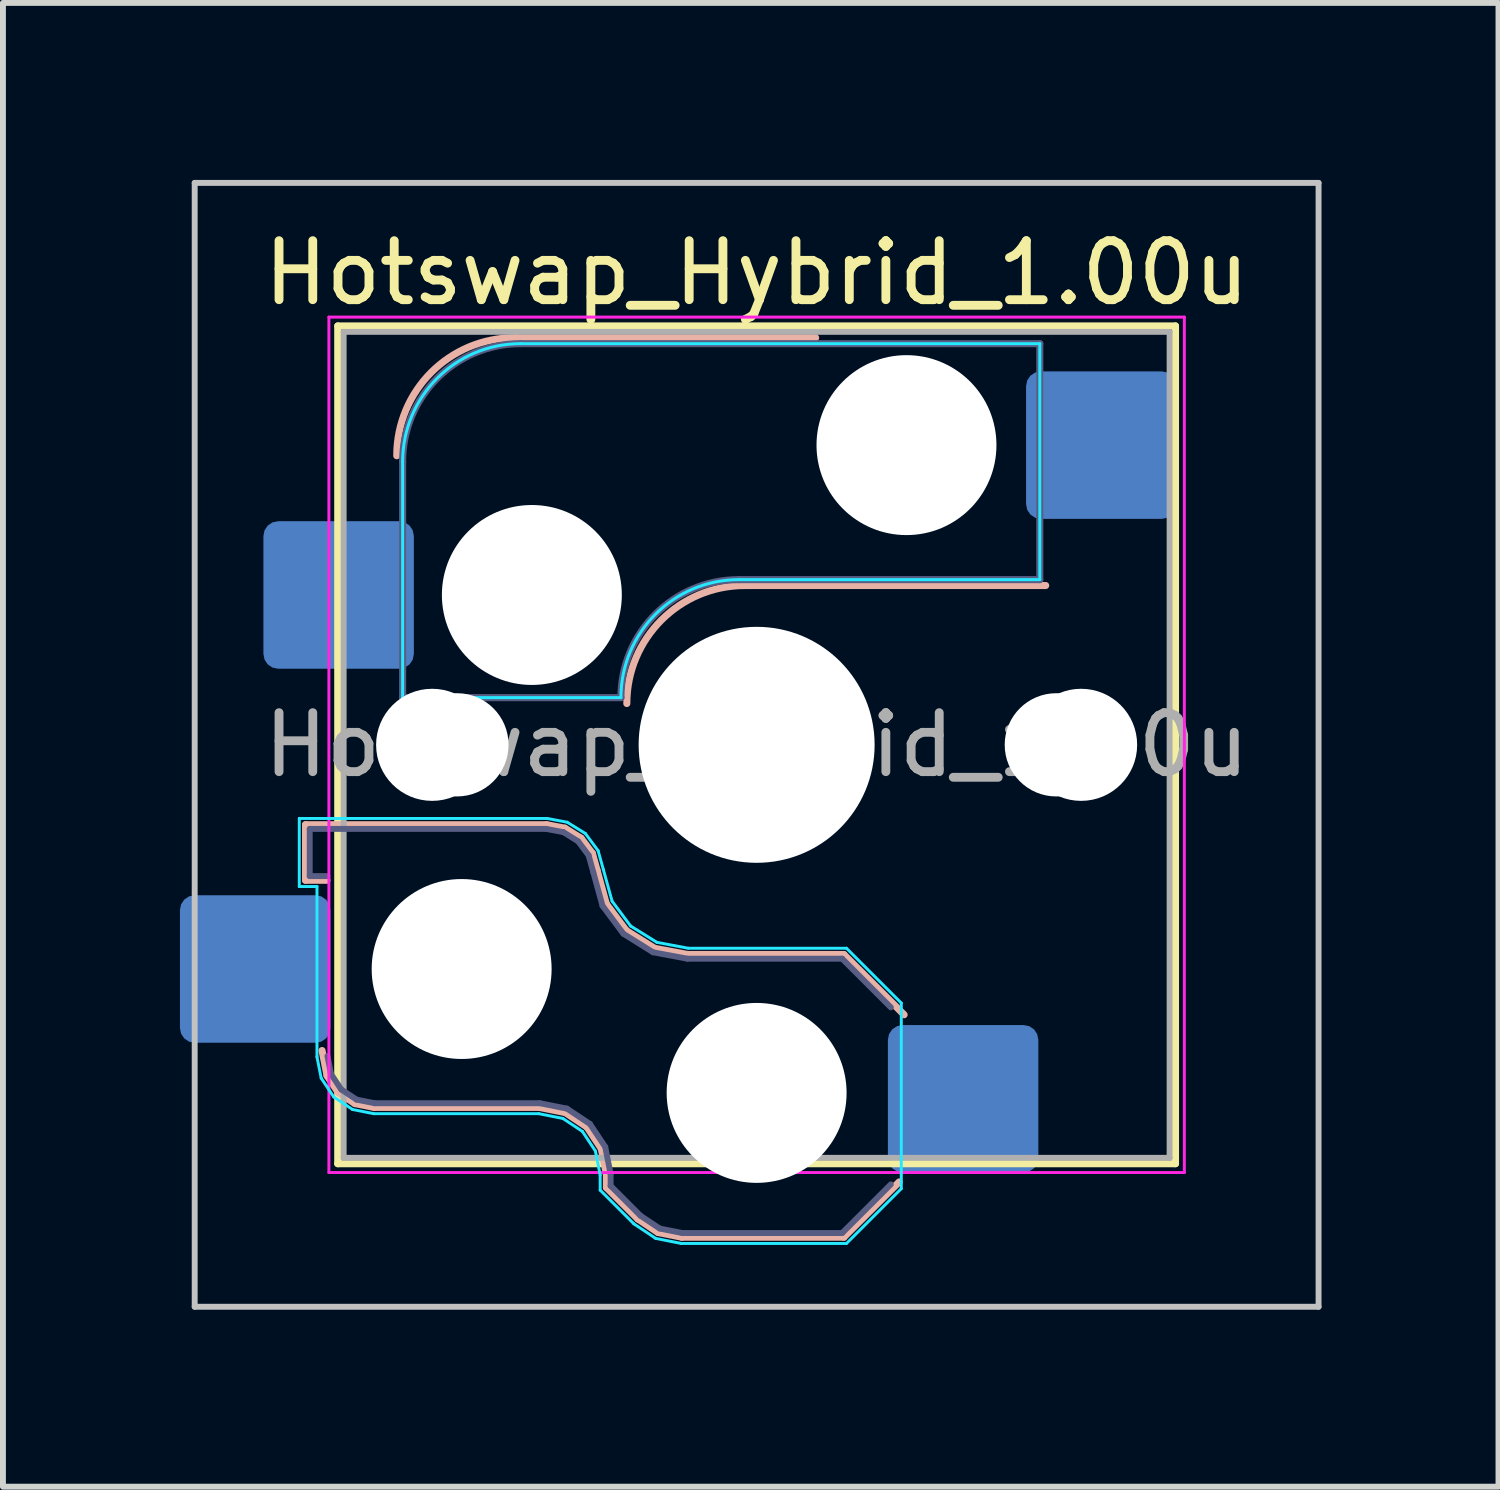
<source format=kicad_pcb>
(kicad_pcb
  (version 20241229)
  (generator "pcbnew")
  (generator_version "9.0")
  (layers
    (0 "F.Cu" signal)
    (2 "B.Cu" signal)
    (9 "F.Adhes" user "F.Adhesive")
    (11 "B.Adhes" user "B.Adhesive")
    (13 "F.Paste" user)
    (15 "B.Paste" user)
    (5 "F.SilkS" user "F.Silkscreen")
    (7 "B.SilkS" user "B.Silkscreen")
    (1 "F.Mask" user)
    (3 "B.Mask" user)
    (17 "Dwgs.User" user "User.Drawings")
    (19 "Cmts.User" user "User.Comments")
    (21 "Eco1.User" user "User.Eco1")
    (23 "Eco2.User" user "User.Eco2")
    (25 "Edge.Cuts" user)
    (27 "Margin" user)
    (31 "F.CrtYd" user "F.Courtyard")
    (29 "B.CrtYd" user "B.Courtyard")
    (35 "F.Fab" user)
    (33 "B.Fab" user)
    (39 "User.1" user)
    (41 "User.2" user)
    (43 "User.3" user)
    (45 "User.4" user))
  (footprint "Hotswap_Hybrid_1.00u"
    (layer "F.Cu")
    (at 9.775 9.575)
    (property "Reference" "Hotswap_Hybrid_1.00u" (at 0 -8 0) (layer "F.SilkS") (effects (font (size 1 1) (thickness 0.15))))
    (attr smd)
    (fp_line (start -7.1 -7.1) (end -7.1 7.1) (stroke (width 0.12) (type solid)) (layer "F.SilkS"))
    (fp_line (start -7.1 7.1) (end 7.1 7.1) (stroke (width 0.12) (type solid)) (layer "F.SilkS"))
    (fp_line (start 7.1 -7.1) (end -7.1 -7.1) (stroke (width 0.12) (type solid)) (layer "F.SilkS"))
    (fp_line (start 7.1 7.1) (end 7.1 -7.1) (stroke (width 0.12) (type solid)) (layer "F.SilkS"))
    (fp_line (start -7.646 1.354) (end -3.56 1.354) (stroke (width 0.12) (type solid)) (layer "B.SilkS"))
    (fp_line (start -7.646 2.296) (end -7.646 1.354) (stroke (width 0.12) (type solid)) (layer "B.SilkS"))
    (fp_line (start -7.283 2.296) (end -7.646 2.296) (stroke (width 0.12) (type solid)) (layer "B.SilkS"))
    (fp_line (start -7.281 5.609) (end -7.366 5.182) (stroke (width 0.12) (type solid)) (layer "B.SilkS"))
    (fp_line (start -7.092 5.892) (end -7.281 5.609) (stroke (width 0.12) (type solid)) (layer "B.SilkS"))
    (fp_line (start -6.809 6.081) (end -7.092 5.892) (stroke (width 0.12) (type solid)) (layer "B.SilkS"))
    (fp_line (start -6.482 6.146) (end -6.809 6.081) (stroke (width 0.12) (type solid)) (layer "B.SilkS"))
    (fp_line (start -4.1 -6.9) (end 1 -6.9) (stroke (width 0.12) (type solid)) (layer "B.SilkS"))
    (fp_line (start -3.682 6.146) (end -6.482 6.146) (stroke (width 0.12) (type solid)) (layer "B.SilkS"))
    (fp_line (start -3.56 1.354) (end -3.25 1.413) (stroke (width 0.12) (type solid)) (layer "B.SilkS"))
    (fp_line (start -3.25 1.413) (end -2.976 1.583) (stroke (width 0.12) (type solid)) (layer "B.SilkS"))
    (fp_line (start -3.244 6.233) (end -3.682 6.146) (stroke (width 0.12) (type solid)) (layer "B.SilkS"))
    (fp_line (start -2.976 1.583) (end -2.783 1.841) (stroke (width 0.12) (type solid)) (layer "B.SilkS"))
    (fp_line (start -2.877 6.477) (end -3.244 6.233) (stroke (width 0.12) (type solid)) (layer "B.SilkS"))
    (fp_line (start -2.783 1.841) (end -2.701 2.139) (stroke (width 0.12) (type solid)) (layer "B.SilkS"))
    (fp_line (start -2.701 2.139) (end -2.547 2.697) (stroke (width 0.12) (type solid)) (layer "B.SilkS"))
    (fp_line (start -2.633 6.844) (end -2.877 6.477) (stroke (width 0.12) (type solid)) (layer "B.SilkS"))
    (fp_line (start -2.547 2.697) (end -2.209 3.15) (stroke (width 0.12) (type solid)) (layer "B.SilkS"))
    (fp_line (start -2.546 7.504) (end -2.546 7.282) (stroke (width 0.12) (type solid)) (layer "B.SilkS"))
    (fp_line (start -2.546 7.282) (end -2.633 6.844) (stroke (width 0.12) (type solid)) (layer "B.SilkS"))
    (fp_line (start -2.209 3.15) (end -1.73 3.449) (stroke (width 0.12) (type solid)) (layer "B.SilkS"))
    (fp_line (start -2.013 8.037) (end -2.546 7.504) (stroke (width 0.12) (type solid)) (layer "B.SilkS"))
    (fp_line (start -1.73 3.449) (end -1.168 3.554) (stroke (width 0.12) (type solid)) (layer "B.SilkS"))
    (fp_line (start -1.671 8.266) (end -2.013 8.037) (stroke (width 0.12) (type solid)) (layer "B.SilkS"))
    (fp_line (start -1.268 8.346) (end -1.671 8.266) (stroke (width 0.12) (type solid)) (layer "B.SilkS"))
    (fp_line (start -1.168 3.554) (end 1.479 3.554) (stroke (width 0.12) (type solid)) (layer "B.SilkS"))
    (fp_line (start -0.2 -2.7) (end 4.9 -2.7) (stroke (width 0.12) (type solid)) (layer "B.SilkS"))
    (fp_line (start 1.479 3.554) (end 2.5 4.575) (stroke (width 0.12) (type solid)) (layer "B.SilkS"))
    (fp_line (start 1.479 8.346) (end -1.268 8.346) (stroke (width 0.12) (type solid)) (layer "B.SilkS"))
    (fp_line (start 2.416 7.409) (end 1.479 8.346) (stroke (width 0.12) (type solid)) (layer "B.SilkS"))
    (fp_arc (start -6.1 -4.9) (mid -5.514214 -6.314214) (end -4.1 -6.9) (stroke (width 0.12) (type solid)) (layer "B.SilkS"))
    (fp_arc (start -2.2 -0.7) (mid -1.614214 -2.114214) (end -0.2 -2.7) (stroke (width 0.12) (type solid)) (layer "B.SilkS"))
    (fp_line (start -9.525 -9.525) (end -9.525 9.525) (stroke (width 0.1) (type solid)) (layer "Dwgs.User"))
    (fp_line (start -9.525 9.525) (end 9.525 9.525) (stroke (width 0.1) (type solid)) (layer "Dwgs.User"))
    (fp_line (start 9.525 -9.525) (end -9.525 -9.525) (stroke (width 0.1) (type solid)) (layer "Dwgs.User"))
    (fp_line (start 9.525 9.525) (end 9.525 -9.525) (stroke (width 0.1) (type solid)) (layer "Dwgs.User"))
    (fp_line (start -7.8 -6) (end -7 -6) (stroke (width 0.1) (type solid)) (layer "Eco1.User"))
    (fp_line (start -7.8 -2.9) (end -7.8 -6) (stroke (width 0.1) (type solid)) (layer "Eco1.User"))
    (fp_line (start -7.8 2.9) (end -7 2.9) (stroke (width 0.1) (type solid)) (layer "Eco1.User"))
    (fp_line (start -7.8 6) (end -7.8 2.9) (stroke (width 0.1) (type solid)) (layer "Eco1.User"))
    (fp_line (start -7 -7) (end 7 -7) (stroke (width 0.1) (type solid)) (layer "Eco1.User"))
    (fp_line (start -7 -6) (end -7 -7) (stroke (width 0.1) (type solid)) (layer "Eco1.User"))
    (fp_line (start -7 -2.9) (end -7.8 -2.9) (stroke (width 0.1) (type solid)) (layer "Eco1.User"))
    (fp_line (start -7 2.9) (end -7 -2.9) (stroke (width 0.1) (type solid)) (layer "Eco1.User"))
    (fp_line (start -7 6) (end -7.8 6) (stroke (width 0.1) (type solid)) (layer "Eco1.User"))
    (fp_line (start -7 7) (end -7 6) (stroke (width 0.1) (type solid)) (layer "Eco1.User"))
    (fp_line (start 7 -7) (end 7 -6) (stroke (width 0.1) (type solid)) (layer "Eco1.User"))
    (fp_line (start 7 -6) (end 7.8 -6) (stroke (width 0.1) (type solid)) (layer "Eco1.User"))
    (fp_line (start 7 -2.9) (end 7 2.9) (stroke (width 0.1) (type solid)) (layer "Eco1.User"))
    (fp_line (start 7 2.9) (end 7.8 2.9) (stroke (width 0.1) (type solid)) (layer "Eco1.User"))
    (fp_line (start 7 6) (end 7 7) (stroke (width 0.1) (type solid)) (layer "Eco1.User"))
    (fp_line (start 7 7) (end -7 7) (stroke (width 0.1) (type solid)) (layer "Eco1.User"))
    (fp_line (start 7.8 -6) (end 7.8 -2.9) (stroke (width 0.1) (type solid)) (layer "Eco1.User"))
    (fp_line (start 7.8 -2.9) (end 7 -2.9) (stroke (width 0.1) (type solid)) (layer "Eco1.User"))
    (fp_line (start 7.8 2.9) (end 7.8 6) (stroke (width 0.1) (type solid)) (layer "Eco1.User"))
    (fp_line (start 7.8 6) (end 7 6) (stroke (width 0.1) (type solid)) (layer "Eco1.User"))
    (fp_line (start -7.752 1.248) (end -3.55 1.248) (stroke (width 0.05) (type solid)) (layer "B.CrtYd"))
    (fp_line (start -7.752 2.402) (end -7.752 1.248) (stroke (width 0.05) (type solid)) (layer "B.CrtYd"))
    (fp_line (start -7.452 2.402) (end -7.752 2.402) (stroke (width 0.05) (type solid)) (layer "B.CrtYd"))
    (fp_line (start -7.452 5.292) (end -7.452 2.402) (stroke (width 0.05) (type solid)) (layer "B.CrtYd"))
    (fp_line (start -7.381 5.65) (end -7.452 5.292) (stroke (width 0.05) (type solid)) (layer "B.CrtYd"))
    (fp_line (start -7.168 5.968) (end -7.381 5.65) (stroke (width 0.05) (type solid)) (layer "B.CrtYd"))
    (fp_line (start -6.85 6.181) (end -7.168 5.968) (stroke (width 0.05) (type solid)) (layer "B.CrtYd"))
    (fp_line (start -6.492 6.252) (end -6.85 6.181) (stroke (width 0.05) (type solid)) (layer "B.CrtYd"))
    (fp_line (start -6 -0.8) (end -6 -4.8) (stroke (width 0.05) (type solid)) (layer "B.CrtYd"))
    (fp_line (start -6 -0.8) (end -2.3 -0.8) (stroke (width 0.05) (type solid)) (layer "B.CrtYd"))
    (fp_line (start -4 -6.8) (end 4.8 -6.8) (stroke (width 0.05) (type solid)) (layer "B.CrtYd"))
    (fp_line (start -3.692 6.252) (end -6.492 6.252) (stroke (width 0.05) (type solid)) (layer "B.CrtYd"))
    (fp_line (start -3.55 1.248) (end -3.211 1.312) (stroke (width 0.05) (type solid)) (layer "B.CrtYd"))
    (fp_line (start -3.285 6.333) (end -3.692 6.252) (stroke (width 0.05) (type solid)) (layer "B.CrtYd"))
    (fp_line (start -3.211 1.312) (end -2.903 1.503) (stroke (width 0.05) (type solid)) (layer "B.CrtYd"))
    (fp_line (start -2.953 6.553) (end -3.285 6.333) (stroke (width 0.05) (type solid)) (layer "B.CrtYd"))
    (fp_line (start -2.903 1.503) (end -2.687 1.794) (stroke (width 0.05) (type solid)) (layer "B.CrtYd"))
    (fp_line (start -2.733 6.885) (end -2.953 6.553) (stroke (width 0.05) (type solid)) (layer "B.CrtYd"))
    (fp_line (start -2.687 1.794) (end -2.599 2.111) (stroke (width 0.05) (type solid)) (layer "B.CrtYd"))
    (fp_line (start -2.652 7.292) (end -2.733 6.885) (stroke (width 0.05) (type solid)) (layer "B.CrtYd"))
    (fp_line (start -2.652 7.548) (end -2.652 7.292) (stroke (width 0.05) (type solid)) (layer "B.CrtYd"))
    (fp_line (start -2.599 2.111) (end -2.45 2.65) (stroke (width 0.05) (type solid)) (layer "B.CrtYd"))
    (fp_line (start -2.45 2.65) (end -2.136 3.071) (stroke (width 0.05) (type solid)) (layer "B.CrtYd"))
    (fp_line (start -2.136 3.071) (end -1.691 3.348) (stroke (width 0.05) (type solid)) (layer "B.CrtYd"))
    (fp_line (start -2.081 8.119) (end -2.652 7.548) (stroke (width 0.05) (type solid)) (layer "B.CrtYd"))
    (fp_line (start -1.712 8.366) (end -2.081 8.119) (stroke (width 0.05) (type solid)) (layer "B.CrtYd"))
    (fp_line (start -1.691 3.348) (end -1.159 3.448) (stroke (width 0.05) (type solid)) (layer "B.CrtYd"))
    (fp_line (start -1.278 8.452) (end -1.712 8.366) (stroke (width 0.05) (type solid)) (layer "B.CrtYd"))
    (fp_line (start -1.159 3.448) (end 1.523 3.448) (stroke (width 0.05) (type solid)) (layer "B.CrtYd"))
    (fp_line (start -0.3 -2.8) (end 4.8 -2.8) (stroke (width 0.05) (type solid)) (layer "B.CrtYd"))
    (fp_line (start 1.523 3.448) (end 2.452 4.377) (stroke (width 0.05) (type solid)) (layer "B.CrtYd"))
    (fp_line (start 1.523 8.452) (end -1.278 8.452) (stroke (width 0.05) (type solid)) (layer "B.CrtYd"))
    (fp_line (start 2.452 4.377) (end 2.452 7.523) (stroke (width 0.05) (type solid)) (layer "B.CrtYd"))
    (fp_line (start 2.452 7.523) (end 1.523 8.452) (stroke (width 0.05) (type solid)) (layer "B.CrtYd"))
    (fp_line (start 4.8 -6.8) (end 4.8 -2.8) (stroke (width 0.05) (type solid)) (layer "B.CrtYd"))
    (fp_arc (start -6 -4.8) (mid -5.414214 -6.214213) (end -4 -6.8) (stroke (width 0.05) (type solid)) (layer "B.CrtYd"))
    (fp_arc (start -2.3 -0.8) (mid -1.714214 -2.214214) (end -0.3 -2.8) (stroke (width 0.05) (type solid)) (layer "B.CrtYd"))
    (fp_line (start -7.25 -7.25) (end -7.25 7.25) (stroke (width 0.05) (type solid)) (layer "F.CrtYd"))
    (fp_line (start -7.25 7.25) (end 7.25 7.25) (stroke (width 0.05) (type solid)) (layer "F.CrtYd"))
    (fp_line (start 7.25 -7.25) (end -7.25 -7.25) (stroke (width 0.05) (type solid)) (layer "F.CrtYd"))
    (fp_line (start 7.25 7.25) (end 7.25 -7.25) (stroke (width 0.05) (type solid)) (layer "F.CrtYd"))
    (fp_line (start -7.575 1.425) (end -3.567 1.425) (stroke (width 0.1) (type solid)) (layer "B.Fab"))
    (fp_line (start -7.575 2.225) (end -7.575 1.425) (stroke (width 0.1) (type solid)) (layer "B.Fab"))
    (fp_line (start -7.275 2.225) (end -7.575 2.225) (stroke (width 0.1) (type solid)) (layer "B.Fab"))
    (fp_line (start -7.214 5.581) (end -7.275 5.275) (stroke (width 0.1) (type solid)) (layer "B.Fab"))
    (fp_line (start -7.041 5.841) (end -7.214 5.581) (stroke (width 0.1) (type solid)) (layer "B.Fab"))
    (fp_line (start -6.781 6.014) (end -7.041 5.841) (stroke (width 0.1) (type solid)) (layer "B.Fab"))
    (fp_line (start -6.475 6.075) (end -6.781 6.014) (stroke (width 0.1) (type solid)) (layer "B.Fab"))
    (fp_line (start -6 -0.8) (end -6 -4.8) (stroke (width 0.12) (type solid)) (layer "B.Fab"))
    (fp_line (start -6 -0.8) (end -2.3 -0.8) (stroke (width 0.12) (type solid)) (layer "B.Fab"))
    (fp_line (start -4 -6.8) (end 4.8 -6.8) (stroke (width 0.12) (type solid)) (layer "B.Fab"))
    (fp_line (start -3.675 6.075) (end -6.475 6.075) (stroke (width 0.1) (type solid)) (layer "B.Fab"))
    (fp_line (start -3.567 1.425) (end -3.276 1.48) (stroke (width 0.1) (type solid)) (layer "B.Fab"))
    (fp_line (start -3.276 1.48) (end -3.025 1.636) (stroke (width 0.1) (type solid)) (layer "B.Fab"))
    (fp_line (start -3.216 6.166) (end -3.675 6.075) (stroke (width 0.1) (type solid)) (layer "B.Fab"))
    (fp_line (start -3.025 1.636) (end -2.848 1.873) (stroke (width 0.1) (type solid)) (layer "B.Fab"))
    (fp_line (start -2.848 1.873) (end -2.769 2.158) (stroke (width 0.1) (type solid)) (layer "B.Fab"))
    (fp_line (start -2.826 6.426) (end -3.216 6.166) (stroke (width 0.1) (type solid)) (layer "B.Fab"))
    (fp_line (start -2.769 2.158) (end -2.612 2.729) (stroke (width 0.1) (type solid)) (layer "B.Fab"))
    (fp_line (start -2.612 2.729) (end -2.258 3.203) (stroke (width 0.1) (type solid)) (layer "B.Fab"))
    (fp_line (start -2.566 6.816) (end -2.826 6.426) (stroke (width 0.1) (type solid)) (layer "B.Fab"))
    (fp_line (start -2.475 7.275) (end -2.566 6.816) (stroke (width 0.1) (type solid)) (layer "B.Fab"))
    (fp_line (start -2.475 7.475) (end -2.475 7.275) (stroke (width 0.1) (type solid)) (layer "B.Fab"))
    (fp_line (start -2.258 3.203) (end -1.756 3.516) (stroke (width 0.1) (type solid)) (layer "B.Fab"))
    (fp_line (start -1.968 7.982) (end -2.475 7.475) (stroke (width 0.1) (type solid)) (layer "B.Fab"))
    (fp_line (start -1.756 3.516) (end -1.175 3.625) (stroke (width 0.1) (type solid)) (layer "B.Fab"))
    (fp_line (start -1.643 8.199) (end -1.968 7.982) (stroke (width 0.1) (type solid)) (layer "B.Fab"))
    (fp_line (start -1.261 8.275) (end -1.643 8.199) (stroke (width 0.1) (type solid)) (layer "B.Fab"))
    (fp_line (start -1.175 3.625) (end 1.45 3.625) (stroke (width 0.1) (type solid)) (layer "B.Fab"))
    (fp_line (start -0.3 -2.8) (end 4.8 -2.8) (stroke (width 0.12) (type solid)) (layer "B.Fab"))
    (fp_line (start 1.45 3.625) (end 2.275 4.45) (stroke (width 0.1) (type solid)) (layer "B.Fab"))
    (fp_line (start 1.45 8.275) (end -1.261 8.275) (stroke (width 0.1) (type solid)) (layer "B.Fab"))
    (fp_line (start 2.275 7.45) (end 1.45 8.275) (stroke (width 0.1) (type solid)) (layer "B.Fab"))
    (fp_line (start 4.8 -6.8) (end 4.8 -2.8) (stroke (width 0.12) (type solid)) (layer "B.Fab"))
    (fp_arc (start -6 -4.8) (mid -5.414214 -6.214213) (end -4 -6.8) (stroke (width 0.12) (type solid)) (layer "B.Fab"))
    (fp_arc (start -2.3 -0.8) (mid -1.714214 -2.214214) (end -0.3 -2.8) (stroke (width 0.12) (type solid)) (layer "B.Fab"))
    (fp_line (start -7 -7) (end -7 7) (stroke (width 0.1) (type solid)) (layer "F.Fab"))
    (fp_line (start -7 7) (end 7 7) (stroke (width 0.1) (type solid)) (layer "F.Fab"))
    (fp_line (start 7 -7) (end -7 -7) (stroke (width 0.1) (type solid)) (layer "F.Fab"))
    (fp_line (start 7 7) (end 7 -7) (stroke (width 0.1) (type solid)) (layer "F.Fab"))
    (fp_text user "${REFERENCE}" (at 0 0 0) (layer "F.Fab") (effects (font (size 1 1) (thickness 0.15))))
    (pad "" np_thru_hole circle (at -5.5 0 180) (size 1.9 1.9) (drill 1.9) (layers "*.Cu" "*.Mask"))
    (pad "" np_thru_hole circle (at -5.08 0) (size 1.75 1.75) (drill 1.75) (layers "*.Cu" "*.Mask"))
    (pad "" np_thru_hole circle (at -5 3.8 180) (size 3.05 3.05) (drill 3.05) (layers "*.Cu" "*.Mask"))
    (pad "" np_thru_hole circle (at -3.81 -2.54) (size 3.05 3.05) (drill 3.05) (layers "*.Cu" "*.Mask"))
    (pad "" np_thru_hole circle (at 0 0 180) (size 3.45 3.45) (drill 3.45) (layers "*.Cu" "*.Mask"))
    (pad "" np_thru_hole circle (at 0 0) (size 4 4) (drill 4) (layers "*.Cu" "*.Mask"))
    (pad "" np_thru_hole circle (at 0 5.9 180) (size 3.05 3.05) (drill 3.05) (layers "*.Cu" "*.Mask"))
    (pad "" np_thru_hole circle (at 2.54 -5.08) (size 3.05 3.05) (drill 3.05) (layers "*.Cu" "*.Mask"))
    (pad "" np_thru_hole circle (at 5.08 0) (size 1.75 1.75) (drill 1.75) (layers "*.Cu" "*.Mask"))
    (pad "" np_thru_hole circle (at 5.5 0 180) (size 1.9 1.9) (drill 1.9) (layers "*.Cu" "*.Mask"))
    (pad "1" smd roundrect (at -7.085 -2.54) (size 2.55 2.5) (layers "B.Cu" "B.Mask" "B.Paste") (roundrect_rratio 0.1))
    (pad "1" smd roundrect (at 3.5 6 180) (size 2.55 2.5) (layers "B.Cu" "B.Mask" "B.Paste") (roundrect_rratio 0.1))
    (pad "2" smd roundrect (at -8.5 3.8 180) (size 2.55 2.5) (layers "B.Cu" "B.Mask" "B.Paste") (roundrect_rratio 0.1))
    (pad "2" smd roundrect (at 5.842 -5.08) (size 2.55 2.5) (layers "B.Cu" "B.Mask" "B.Paste") (roundrect_rratio 0.1)))
  (gr_rect
    (start -3 -3)
    (end 22.35 22.15)
    (stroke (width 0.1) (type default))
    (fill no)
    (layer "Edge.Cuts")))
</source>
